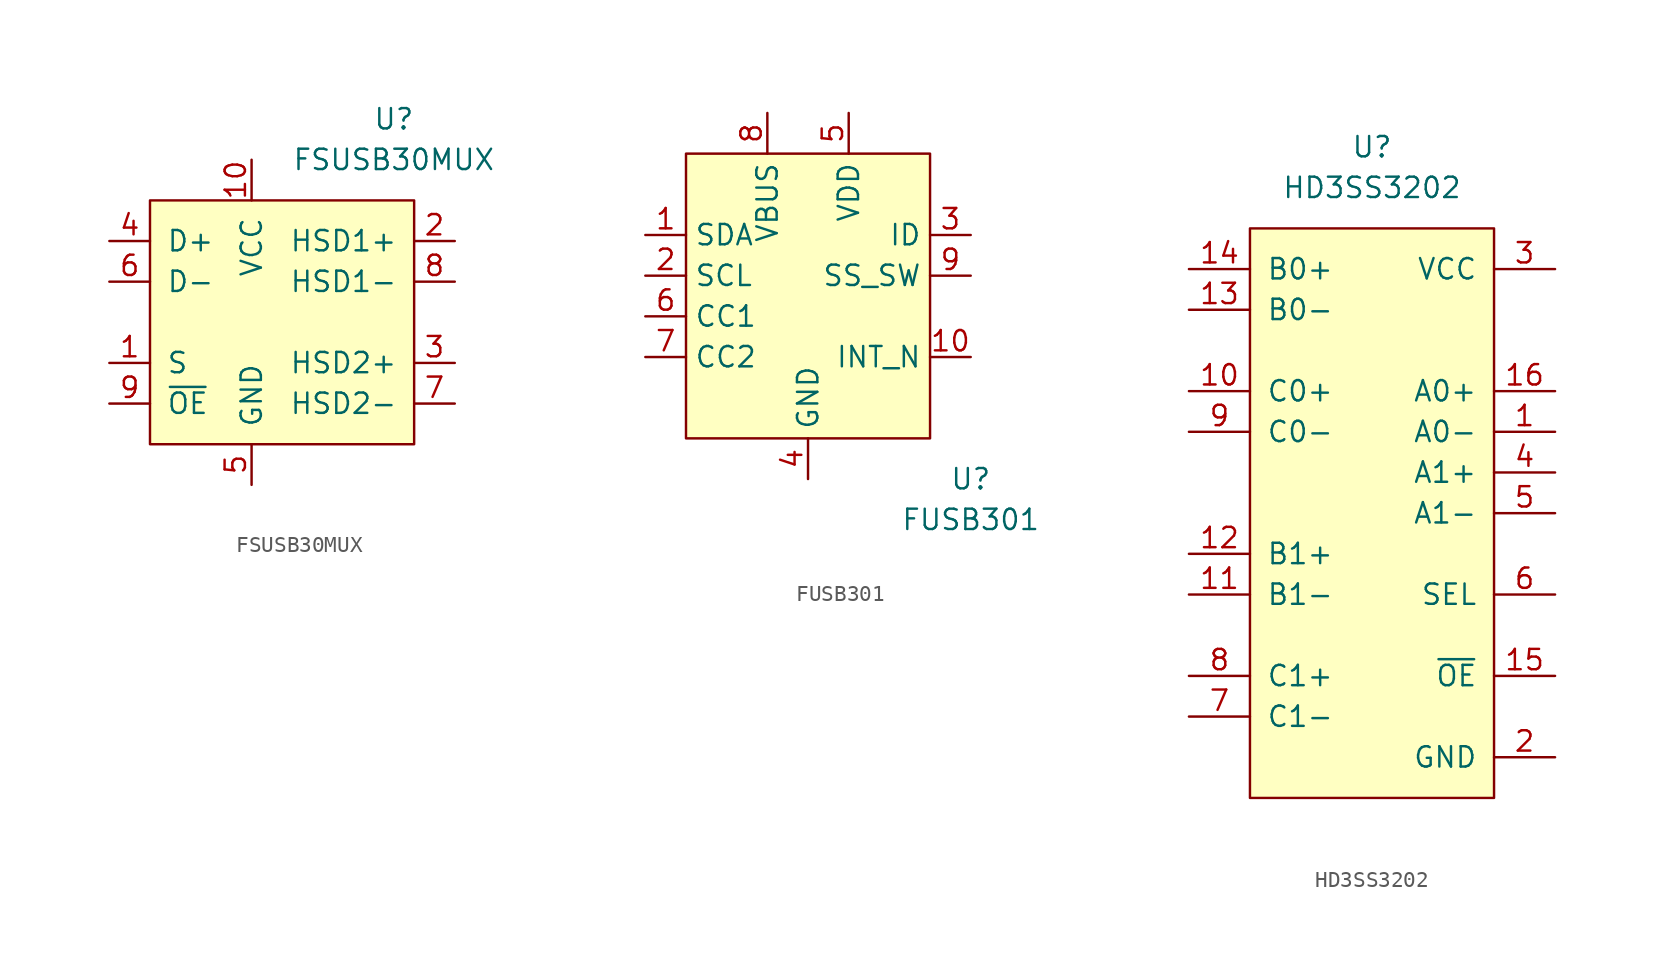
<source format=kicad_sym>
(kicad_symbol_lib
  (version 20210619)
  (generator kicad_symbol_editor)
  (symbol "usb_controller:FSUSB30MUX"
    (pin_names
      (offset 1.016))
    (property "Reference" "U"
      (at 8.89 8.89 0)
      (effects (font (size 1.27 1.27))))
    (property "Value" "FSUSB30MUX"
      (at 8.89 6.35 0)
      (effects (font (size 1.27 1.27))))
    (symbol "FSUSB30MUX_0_1"
      (rectangle (start -6.35 3.81) (end 10.16 -11.43) (stroke (width 0)) (fill (type background))))
    (symbol "FSUSB30MUX_1_1"
      (pin input line (at -8.89 -6.35 0) (length 2.54) (name "S" (effects (font (size 1.27 1.27)))) (number "1" (effects (font (size 1.27 1.27)))))
      (pin input line (at 0 6.35 270) (length 2.54) (name "VCC" (effects (font (size 1.27 1.27)))) (number "10" (effects (font (size 1.27 1.27)))))
      (pin input line (at 12.7 1.27 180) (length 2.54) (name "HSD1+" (effects (font (size 1.27 1.27)))) (number "2" (effects (font (size 1.27 1.27)))))
      (pin input line (at 12.7 -6.35 180) (length 2.54) (name "HSD2+" (effects (font (size 1.27 1.27)))) (number "3" (effects (font (size 1.27 1.27)))))
      (pin input line (at -8.89 1.27 0) (length 2.54) (name "D+" (effects (font (size 1.27 1.27)))) (number "4" (effects (font (size 1.27 1.27)))))
      (pin input line (at 0 -13.97 90) (length 2.54) (name "GND" (effects (font (size 1.27 1.27)))) (number "5" (effects (font (size 1.27 1.27)))))
      (pin input line (at -8.89 -1.27 0) (length 2.54) (name "D-" (effects (font (size 1.27 1.27)))) (number "6" (effects (font (size 1.27 1.27)))))
      (pin input line (at 12.7 -8.89 180) (length 2.54) (name "HSD2-" (effects (font (size 1.27 1.27)))) (number "7" (effects (font (size 1.27 1.27)))))
      (pin input line (at 12.7 -1.27 180) (length 2.54) (name "HSD1-" (effects (font (size 1.27 1.27)))) (number "8" (effects (font (size 1.27 1.27)))))
      (pin input line (at -8.89 -8.89 0) (length 2.54) (name "~{OE}" (effects (font (size 1.27 1.27)))) (number "9" (effects (font (size 1.27 1.27)))))))
  (symbol "usb_controller:FUSB301"
    (property "Reference" "U"
      (at 10.16 -10.16 0)
      (effects (font (size 1.27 1.27))))
    (property "Value" "FUSB301"
      (at 10.16 -12.7 0)
      (effects (font (size 1.27 1.27))))
    (symbol "FUSB301_0_1"
      (rectangle (start -7.62 10.16) (end 7.62 -7.62) (stroke (width 0.152)) (fill (type background))))
    (symbol "FUSB301_1_1"
      (pin input line (at -10.16 5.08 0) (length 2.54) (name "SDA" (effects (font (size 1.27 1.27)))) (number "1" (effects (font (size 1.27 1.27)))))
      (pin output line (at 10.16 -2.54 180) (length 2.54) (name "INT_N" (effects (font (size 1.27 1.27)))) (number "10" (effects (font (size 1.27 1.27)))))
      (pin input line (at -10.16 2.54 0) (length 2.54) (name "SCL" (effects (font (size 1.27 1.27)))) (number "2" (effects (font (size 1.27 1.27)))))
      (pin output line (at 10.16 5.08 180) (length 2.54) (name "ID" (effects (font (size 1.27 1.27)))) (number "3" (effects (font (size 1.27 1.27)))))
      (pin power_in line (at 0 -10.16 90) (length 2.54) (name "GND" (effects (font (size 1.27 1.27)))) (number "4" (effects (font (size 1.27 1.27)))))
      (pin power_in line (at 2.54 12.7 270) (length 2.54) (name "VDD" (effects (font (size 1.27 1.27)))) (number "5" (effects (font (size 1.27 1.27)))))
      (pin input line (at -10.16 0 0) (length 2.54) (name "CC1" (effects (font (size 1.27 1.27)))) (number "6" (effects (font (size 1.27 1.27)))))
      (pin input line (at -10.16 -2.54 0) (length 2.54) (name "CC2" (effects (font (size 1.27 1.27)))) (number "7" (effects (font (size 1.27 1.27)))))
      (pin input line (at -2.54 12.7 270) (length 2.54) (name "VBUS" (effects (font (size 1.27 1.27)))) (number "8" (effects (font (size 1.27 1.27)))))
      (pin output line (at 10.16 2.54 180) (length 2.54) (name "SS_SW" (effects (font (size 1.27 1.27)))) (number "9" (effects (font (size 1.27 1.27)))))))
  (symbol "usb_controller:HD3SS3202"
    (pin_names
      (offset 1.016))
    (property "Reference" "U"
      (at 0 22.86 0)
      (effects (font (size 1.27 1.27))))
    (property "Value" "HD3SS3202"
      (at 0 20.32 0)
      (effects (font (size 1.27 1.27))))
    (symbol "HD3SS3202_0_1"
      (rectangle (start -7.62 17.78) (end 7.62 -17.78) (stroke (width 0)) (fill (type background))))
    (symbol "HD3SS3202_1_1"
      (pin input line (at 11.43 5.08 180) (length 3.81) (name "A0-" (effects (font (size 1.27 1.27)))) (number "1" (effects (font (size 1.27 1.27)))))
      (pin input line (at -11.43 7.62 0) (length 3.81) (name "C0+" (effects (font (size 1.27 1.27)))) (number "10" (effects (font (size 1.27 1.27)))))
      (pin input line (at -11.43 -5.08 0) (length 3.81) (name "B1-" (effects (font (size 1.27 1.27)))) (number "11" (effects (font (size 1.27 1.27)))))
      (pin input line (at -11.43 -2.54 0) (length 3.81) (name "B1+" (effects (font (size 1.27 1.27)))) (number "12" (effects (font (size 1.27 1.27)))))
      (pin input line (at -11.43 12.7 0) (length 3.81) (name "B0-" (effects (font (size 1.27 1.27)))) (number "13" (effects (font (size 1.27 1.27)))))
      (pin input line (at -11.43 15.24 0) (length 3.81) (name "B0+" (effects (font (size 1.27 1.27)))) (number "14" (effects (font (size 1.27 1.27)))))
      (pin input line (at 11.43 -10.16 180) (length 3.81) (name "~{OE}" (effects (font (size 1.27 1.27)))) (number "15" (effects (font (size 1.27 1.27)))))
      (pin input line (at 11.43 7.62 180) (length 3.81) (name "A0+" (effects (font (size 1.27 1.27)))) (number "16" (effects (font (size 1.27 1.27)))))
      (pin input line (at 11.43 -15.24 180) (length 3.81) (name "GND" (effects (font (size 1.27 1.27)))) (number "2" (effects (font (size 1.27 1.27)))))
      (pin input line (at 11.43 15.24 180) (length 3.81) (name "VCC" (effects (font (size 1.27 1.27)))) (number "3" (effects (font (size 1.27 1.27)))))
      (pin input line (at 11.43 2.54 180) (length 3.81) (name "A1+" (effects (font (size 1.27 1.27)))) (number "4" (effects (font (size 1.27 1.27)))))
      (pin input line (at 11.43 0 180) (length 3.81) (name "A1-" (effects (font (size 1.27 1.27)))) (number "5" (effects (font (size 1.27 1.27)))))
      (pin input line (at 11.43 -5.08 180) (length 3.81) (name "SEL" (effects (font (size 1.27 1.27)))) (number "6" (effects (font (size 1.27 1.27)))))
      (pin input line (at -11.43 -12.7 0) (length 3.81) (name "C1-" (effects (font (size 1.27 1.27)))) (number "7" (effects (font (size 1.27 1.27)))))
      (pin input line (at -11.43 -10.16 0) (length 3.81) (name "C1+" (effects (font (size 1.27 1.27)))) (number "8" (effects (font (size 1.27 1.27)))))
      (pin input line (at -11.43 5.08 0) (length 3.81) (name "C0-" (effects (font (size 1.27 1.27)))) (number "9" (effects (font (size 1.27 1.27))))))))
</source>
